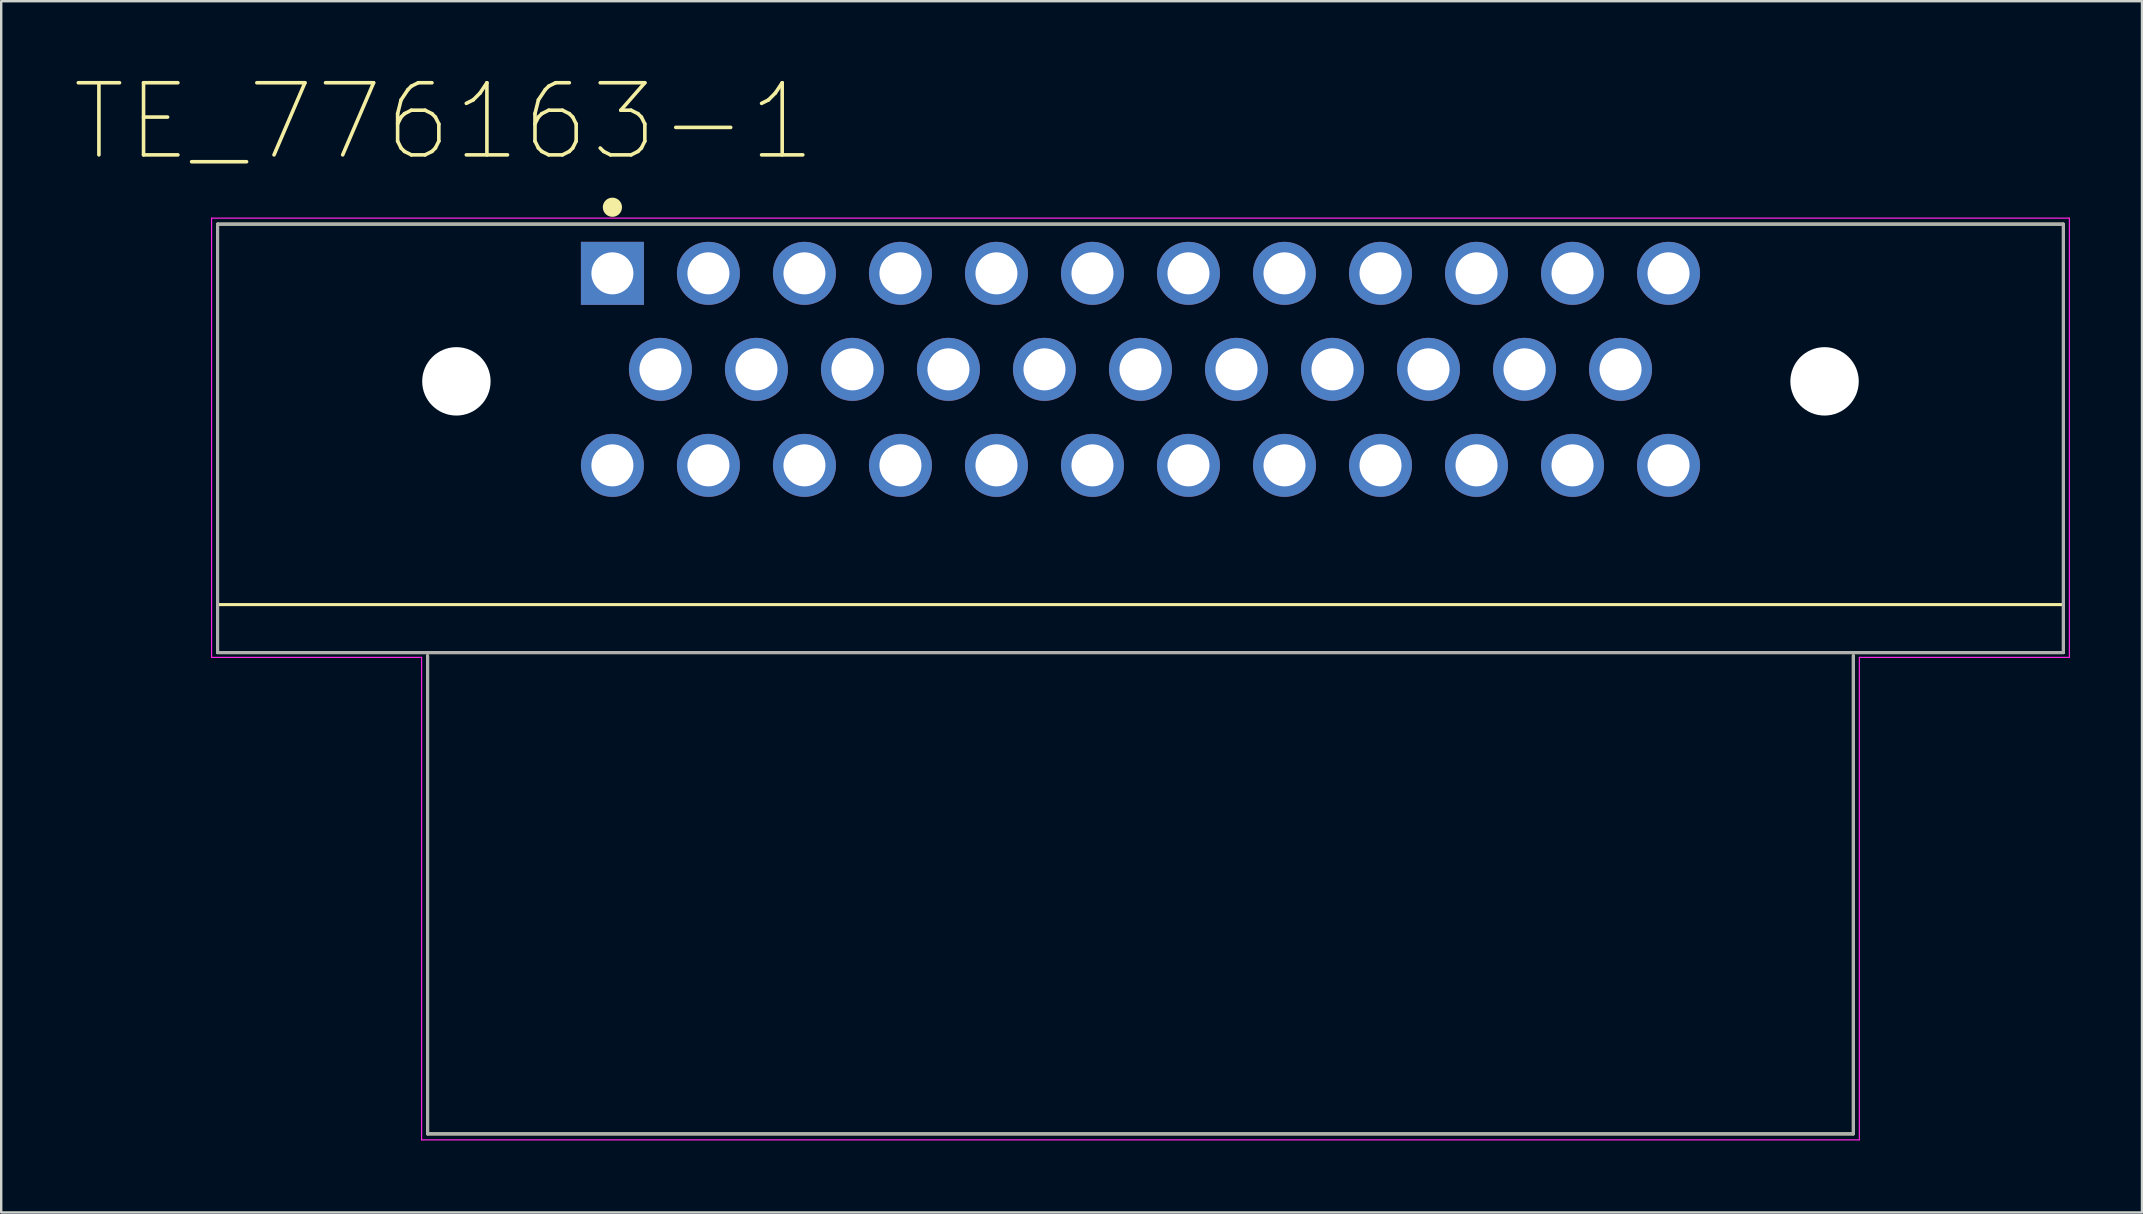
<source format=kicad_pcb>
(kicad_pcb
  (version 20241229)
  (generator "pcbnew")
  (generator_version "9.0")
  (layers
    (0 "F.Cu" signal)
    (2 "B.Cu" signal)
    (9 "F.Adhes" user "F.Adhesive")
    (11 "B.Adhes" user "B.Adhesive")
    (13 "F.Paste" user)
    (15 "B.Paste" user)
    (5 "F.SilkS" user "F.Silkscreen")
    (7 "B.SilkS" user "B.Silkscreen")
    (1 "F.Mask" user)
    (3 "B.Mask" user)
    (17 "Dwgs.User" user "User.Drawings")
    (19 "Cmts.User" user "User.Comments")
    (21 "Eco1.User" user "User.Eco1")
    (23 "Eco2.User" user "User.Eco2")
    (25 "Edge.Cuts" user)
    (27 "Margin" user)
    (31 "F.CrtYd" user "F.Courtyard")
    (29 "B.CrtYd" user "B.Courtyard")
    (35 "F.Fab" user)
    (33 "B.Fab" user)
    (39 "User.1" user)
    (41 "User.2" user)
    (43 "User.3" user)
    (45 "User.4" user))
  (footprint "TE_776163-1"
    (layer "F.Cu")
    (at 44.464 12.838)
    (property "Reference" "TE_776163-1" (at -29.017 -10.818 0) (layer "F.SilkS") (effects (font (size 3.004 3.004) (thickness 0.15))))
    (attr through_hole)
    (fp_line (start -38.45 -6.55) (end 38.45 -6.55) (stroke (width 0.127) (type solid)) (layer "F.SilkS"))
    (fp_line (start -38.45 9.3) (end 38.45 9.3) (stroke (width 0.127) (type solid)) (layer "F.SilkS"))
    (fp_line (start -38.45 11.3) (end -38.45 -6.55) (stroke (width 0.127) (type solid)) (layer "F.SilkS"))
    (fp_line (start -29.7 11.43) (end -29.7 31.35) (stroke (width 0.127) (type solid)) (layer "F.SilkS"))
    (fp_line (start -29.7 31.35) (end 29.7 31.35) (stroke (width 0.127) (type solid)) (layer "F.SilkS"))
    (fp_line (start 29.7 31.35) (end 29.7 11.43) (stroke (width 0.127) (type solid)) (layer "F.SilkS"))
    (fp_line (start 38.45 -6.55) (end 38.45 11.3) (stroke (width 0.127) (type solid)) (layer "F.SilkS"))
    (fp_line (start 38.45 11.3) (end -38.45 11.3) (stroke (width 0.127) (type solid)) (layer "F.SilkS"))
    (fp_circle (center -22 -7.254) (end -21.8 -7.254) (stroke (width 0.4) (type solid)) (fill no) (layer "F.SilkS"))
    (fp_line (start -38.7 -6.8) (end -38.7 11.5) (stroke (width 0.05) (type solid)) (layer "F.CrtYd"))
    (fp_line (start -38.7 11.5) (end -29.95 11.5) (stroke (width 0.05) (type solid)) (layer "F.CrtYd"))
    (fp_line (start -29.95 11.5) (end -29.95 31.6) (stroke (width 0.05) (type solid)) (layer "F.CrtYd"))
    (fp_line (start -29.95 31.6) (end 29.95 31.6) (stroke (width 0.05) (type solid)) (layer "F.CrtYd"))
    (fp_line (start 29.95 11.5) (end 38.7 11.5) (stroke (width 0.05) (type solid)) (layer "F.CrtYd"))
    (fp_line (start 29.95 31.6) (end 29.95 11.5) (stroke (width 0.05) (type solid)) (layer "F.CrtYd"))
    (fp_line (start 38.7 -6.8) (end -38.7 -6.8) (stroke (width 0.05) (type solid)) (layer "F.CrtYd"))
    (fp_line (start 38.7 11.5) (end 38.7 -6.8) (stroke (width 0.05) (type solid)) (layer "F.CrtYd"))
    (fp_line (start -38.45 -6.55) (end -38.45 11.3) (stroke (width 0.127) (type solid)) (layer "F.Fab"))
    (fp_line (start -38.45 11.3) (end 38.45 11.3) (stroke (width 0.127) (type solid)) (layer "F.Fab"))
    (fp_line (start -29.7 11.43) (end -29.7 31.35) (stroke (width 0.127) (type solid)) (layer "F.Fab"))
    (fp_line (start -29.7 31.35) (end 29.7 31.35) (stroke (width 0.127) (type solid)) (layer "F.Fab"))
    (fp_line (start 29.7 31.35) (end 29.7 11.43) (stroke (width 0.127) (type solid)) (layer "F.Fab"))
    (fp_line (start 38.45 -6.55) (end -38.45 -6.55) (stroke (width 0.127) (type solid)) (layer "F.Fab"))
    (fp_line (start 38.45 11.3) (end 38.45 -6.55) (stroke (width 0.127) (type solid)) (layer "F.Fab"))
    (pad "" np_thru_hole circle (at -28.5 0) (size 2.85 2.85) (drill 2.85) (layers "*.Cu" "*.Mask"))
    (pad "" np_thru_hole circle (at 28.5 0) (size 2.85 2.85) (drill 2.85) (layers "*.Cu" "*.Mask"))
    (pad "1" thru_hole rect (at -22 -4.5) (size 2.625 2.625) (drill 1.75) (layers "*.Cu" "*.Mask"))
    (pad "2" thru_hole circle (at -18 -4.5) (size 2.625 2.625) (drill 1.75) (layers "*.Cu" "*.Mask"))
    (pad "3" thru_hole circle (at -14 -4.5) (size 2.625 2.625) (drill 1.75) (layers "*.Cu" "*.Mask"))
    (pad "4" thru_hole circle (at -10 -4.5) (size 2.625 2.625) (drill 1.75) (layers "*.Cu" "*.Mask"))
    (pad "5" thru_hole circle (at -6 -4.5) (size 2.625 2.625) (drill 1.75) (layers "*.Cu" "*.Mask"))
    (pad "6" thru_hole circle (at -2 -4.5) (size 2.625 2.625) (drill 1.75) (layers "*.Cu" "*.Mask"))
    (pad "7" thru_hole circle (at 2 -4.5) (size 2.625 2.625) (drill 1.75) (layers "*.Cu" "*.Mask"))
    (pad "8" thru_hole circle (at 6 -4.5) (size 2.625 2.625) (drill 1.75) (layers "*.Cu" "*.Mask"))
    (pad "9" thru_hole circle (at 10 -4.5) (size 2.625 2.625) (drill 1.75) (layers "*.Cu" "*.Mask"))
    (pad "10" thru_hole circle (at 14 -4.5) (size 2.625 2.625) (drill 1.75) (layers "*.Cu" "*.Mask"))
    (pad "11" thru_hole circle (at 18 -4.5) (size 2.625 2.625) (drill 1.75) (layers "*.Cu" "*.Mask"))
    (pad "12" thru_hole circle (at 22 -4.5) (size 2.625 2.625) (drill 1.75) (layers "*.Cu" "*.Mask"))
    (pad "13" thru_hole circle (at -20 -0.5) (size 2.625 2.625) (drill 1.75) (layers "*.Cu" "*.Mask"))
    (pad "14" thru_hole circle (at -16 -0.5) (size 2.625 2.625) (drill 1.75) (layers "*.Cu" "*.Mask"))
    (pad "15" thru_hole circle (at -12 -0.5) (size 2.625 2.625) (drill 1.75) (layers "*.Cu" "*.Mask"))
    (pad "16" thru_hole circle (at -8 -0.5) (size 2.625 2.625) (drill 1.75) (layers "*.Cu" "*.Mask"))
    (pad "17" thru_hole circle (at -4 -0.5) (size 2.625 2.625) (drill 1.75) (layers "*.Cu" "*.Mask"))
    (pad "18" thru_hole circle (at 0 -0.5) (size 2.625 2.625) (drill 1.75) (layers "*.Cu" "*.Mask"))
    (pad "19" thru_hole circle (at 4 -0.5) (size 2.625 2.625) (drill 1.75) (layers "*.Cu" "*.Mask"))
    (pad "20" thru_hole circle (at 8 -0.5) (size 2.625 2.625) (drill 1.75) (layers "*.Cu" "*.Mask"))
    (pad "21" thru_hole circle (at 12 -0.5) (size 2.625 2.625) (drill 1.75) (layers "*.Cu" "*.Mask"))
    (pad "22" thru_hole circle (at 16 -0.5) (size 2.625 2.625) (drill 1.75) (layers "*.Cu" "*.Mask"))
    (pad "23" thru_hole circle (at 20 -0.5) (size 2.625 2.625) (drill 1.75) (layers "*.Cu" "*.Mask"))
    (pad "24" thru_hole circle (at -22 3.5) (size 2.625 2.625) (drill 1.75) (layers "*.Cu" "*.Mask"))
    (pad "25" thru_hole circle (at -18 3.5) (size 2.625 2.625) (drill 1.75) (layers "*.Cu" "*.Mask"))
    (pad "26" thru_hole circle (at -14 3.5) (size 2.625 2.625) (drill 1.75) (layers "*.Cu" "*.Mask"))
    (pad "27" thru_hole circle (at -10 3.5) (size 2.625 2.625) (drill 1.75) (layers "*.Cu" "*.Mask"))
    (pad "28" thru_hole circle (at -6 3.5) (size 2.625 2.625) (drill 1.75) (layers "*.Cu" "*.Mask"))
    (pad "29" thru_hole circle (at -2 3.5) (size 2.625 2.625) (drill 1.75) (layers "*.Cu" "*.Mask"))
    (pad "30" thru_hole circle (at 2 3.5) (size 2.625 2.625) (drill 1.75) (layers "*.Cu" "*.Mask"))
    (pad "31" thru_hole circle (at 6 3.5) (size 2.625 2.625) (drill 1.75) (layers "*.Cu" "*.Mask"))
    (pad "32" thru_hole circle (at 10 3.5) (size 2.625 2.625) (drill 1.75) (layers "*.Cu" "*.Mask"))
    (pad "33" thru_hole circle (at 14 3.5) (size 2.625 2.625) (drill 1.75) (layers "*.Cu" "*.Mask"))
    (pad "34" thru_hole circle (at 18 3.5) (size 2.625 2.625) (drill 1.75) (layers "*.Cu" "*.Mask"))
    (pad "35" thru_hole circle (at 22 3.5) (size 2.625 2.625) (drill 1.75) (layers "*.Cu" "*.Mask")))
  (gr_rect
    (start -3 -3)
    (end 86.189 47.463)
    (stroke (width 0.1) (type default))
    (fill no)
    (layer "Edge.Cuts")))
</source>
